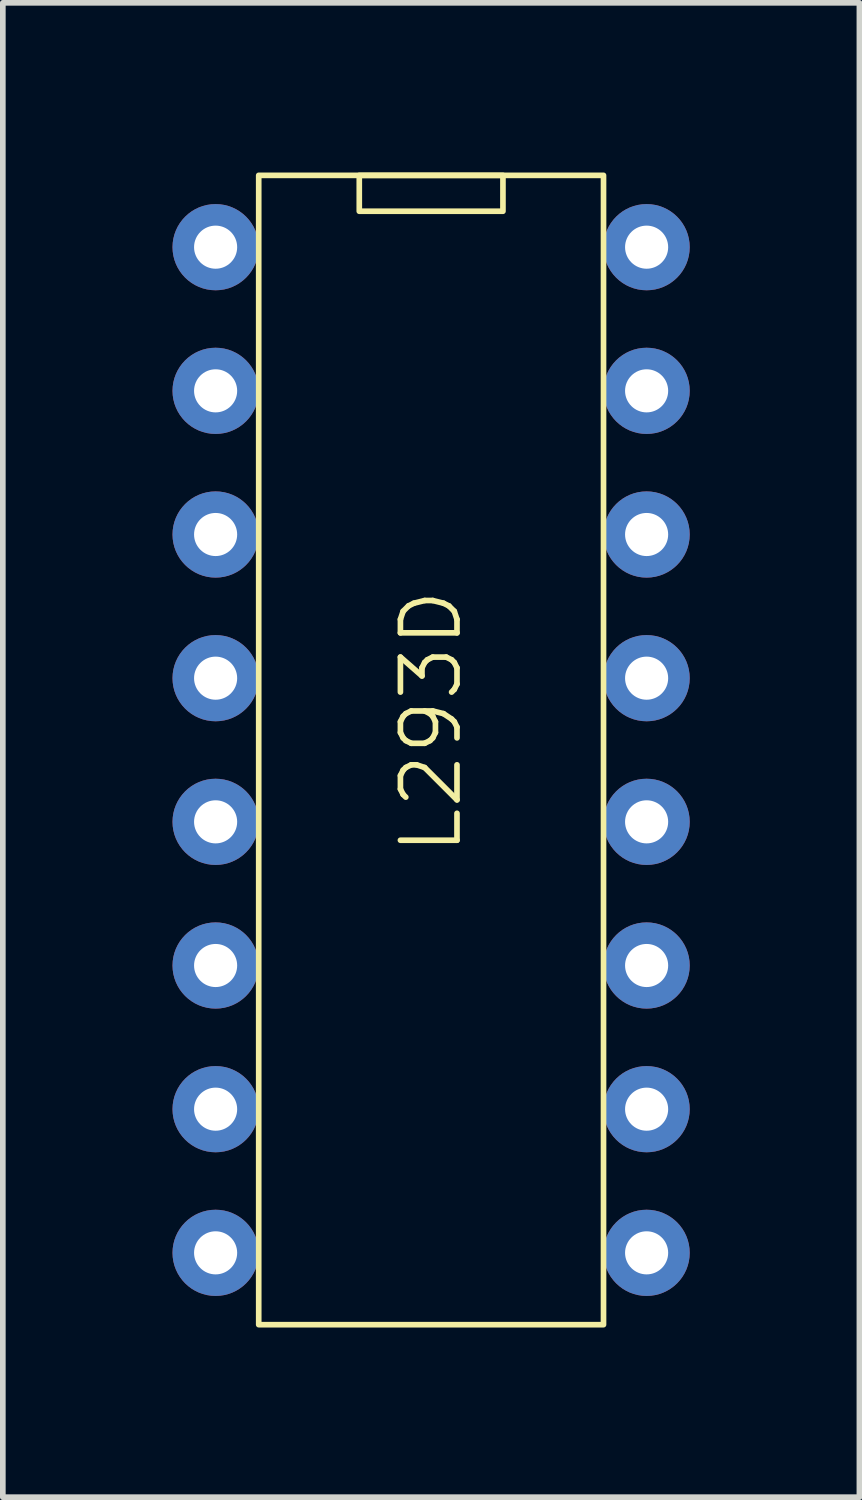
<source format=kicad_pcb>
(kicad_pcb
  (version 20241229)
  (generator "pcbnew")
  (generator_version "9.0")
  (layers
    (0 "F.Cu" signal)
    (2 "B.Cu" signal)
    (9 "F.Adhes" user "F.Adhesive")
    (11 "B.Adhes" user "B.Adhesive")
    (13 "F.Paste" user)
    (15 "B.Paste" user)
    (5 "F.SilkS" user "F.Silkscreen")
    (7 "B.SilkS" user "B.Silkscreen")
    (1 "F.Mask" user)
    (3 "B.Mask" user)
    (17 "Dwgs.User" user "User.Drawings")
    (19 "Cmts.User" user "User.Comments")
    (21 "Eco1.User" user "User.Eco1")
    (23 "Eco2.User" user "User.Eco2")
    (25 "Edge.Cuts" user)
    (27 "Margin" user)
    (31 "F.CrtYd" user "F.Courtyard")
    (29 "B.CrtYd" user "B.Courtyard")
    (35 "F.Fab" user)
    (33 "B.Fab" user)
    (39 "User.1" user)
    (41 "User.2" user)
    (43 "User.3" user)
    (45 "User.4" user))
  (footprint "L293D"
    (layer "F.Cu")
    (at 4.572 10.21)
    (property "Reference" "L293D" (at 0 -0.5 90) (unlocked yes) (layer "F.SilkS") (effects (font (size 1 1) (thickness 0.1))))
    (attr through_hole)
    (fp_rect (start -3.048 -10.16) (end 3.048 10.16) (stroke (width 0.1) (type default)) (fill no) (layer "F.SilkS"))
    (fp_rect (start -1.27 -10.16) (end 1.27 -9.525) (stroke (width 0.1) (type default)) (fill no) (layer "F.SilkS"))
    (pad "1" thru_hole circle (at -3.81 -8.89) (size 1.524 1.524) (drill 0.762) (layers "*.Cu" "*.Mask"))
    (pad "2" thru_hole circle (at -3.81 -6.35) (size 1.524 1.524) (drill 0.762) (layers "*.Cu" "*.Mask"))
    (pad "3" thru_hole circle (at -3.81 -3.81) (size 1.524 1.524) (drill 0.762) (layers "*.Cu" "*.Mask"))
    (pad "4" thru_hole circle (at -3.81 -1.27) (size 1.524 1.524) (drill 0.762) (layers "*.Cu" "*.Mask"))
    (pad "5" thru_hole circle (at -3.81 1.27) (size 1.524 1.524) (drill 0.762) (layers "*.Cu" "*.Mask"))
    (pad "6" thru_hole circle (at -3.81 3.81) (size 1.524 1.524) (drill 0.762) (layers "*.Cu" "*.Mask"))
    (pad "7" thru_hole circle (at -3.81 6.35) (size 1.524 1.524) (drill 0.762) (layers "*.Cu" "*.Mask"))
    (pad "8" thru_hole circle (at -3.81 8.89) (size 1.524 1.524) (drill 0.762) (layers "*.Cu" "*.Mask"))
    (pad "9" thru_hole circle (at 3.81 8.89) (size 1.524 1.524) (drill 0.762) (layers "*.Cu" "*.Mask"))
    (pad "10" thru_hole circle (at 3.81 6.35) (size 1.524 1.524) (drill 0.762) (layers "*.Cu" "*.Mask"))
    (pad "11" thru_hole circle (at 3.81 3.81) (size 1.524 1.524) (drill 0.762) (layers "*.Cu" "*.Mask"))
    (pad "12" thru_hole circle (at 3.81 1.27) (size 1.524 1.524) (drill 0.762) (layers "*.Cu" "*.Mask"))
    (pad "13" thru_hole circle (at 3.81 -1.27) (size 1.524 1.524) (drill 0.762) (layers "*.Cu" "*.Mask"))
    (pad "14" thru_hole circle (at 3.81 -3.81) (size 1.524 1.524) (drill 0.762) (layers "*.Cu" "*.Mask"))
    (pad "15" thru_hole circle (at 3.81 -6.35) (size 1.524 1.524) (drill 0.762) (layers "*.Cu" "*.Mask"))
    (pad "16" thru_hole circle (at 3.81 -8.89) (size 1.524 1.524) (drill 0.762) (layers "*.Cu" "*.Mask")))
  (gr_rect
    (start -3 -3)
    (end 12.144 23.42)
    (stroke (width 0.1) (type default))
    (fill no)
    (layer "Edge.Cuts")))
</source>
